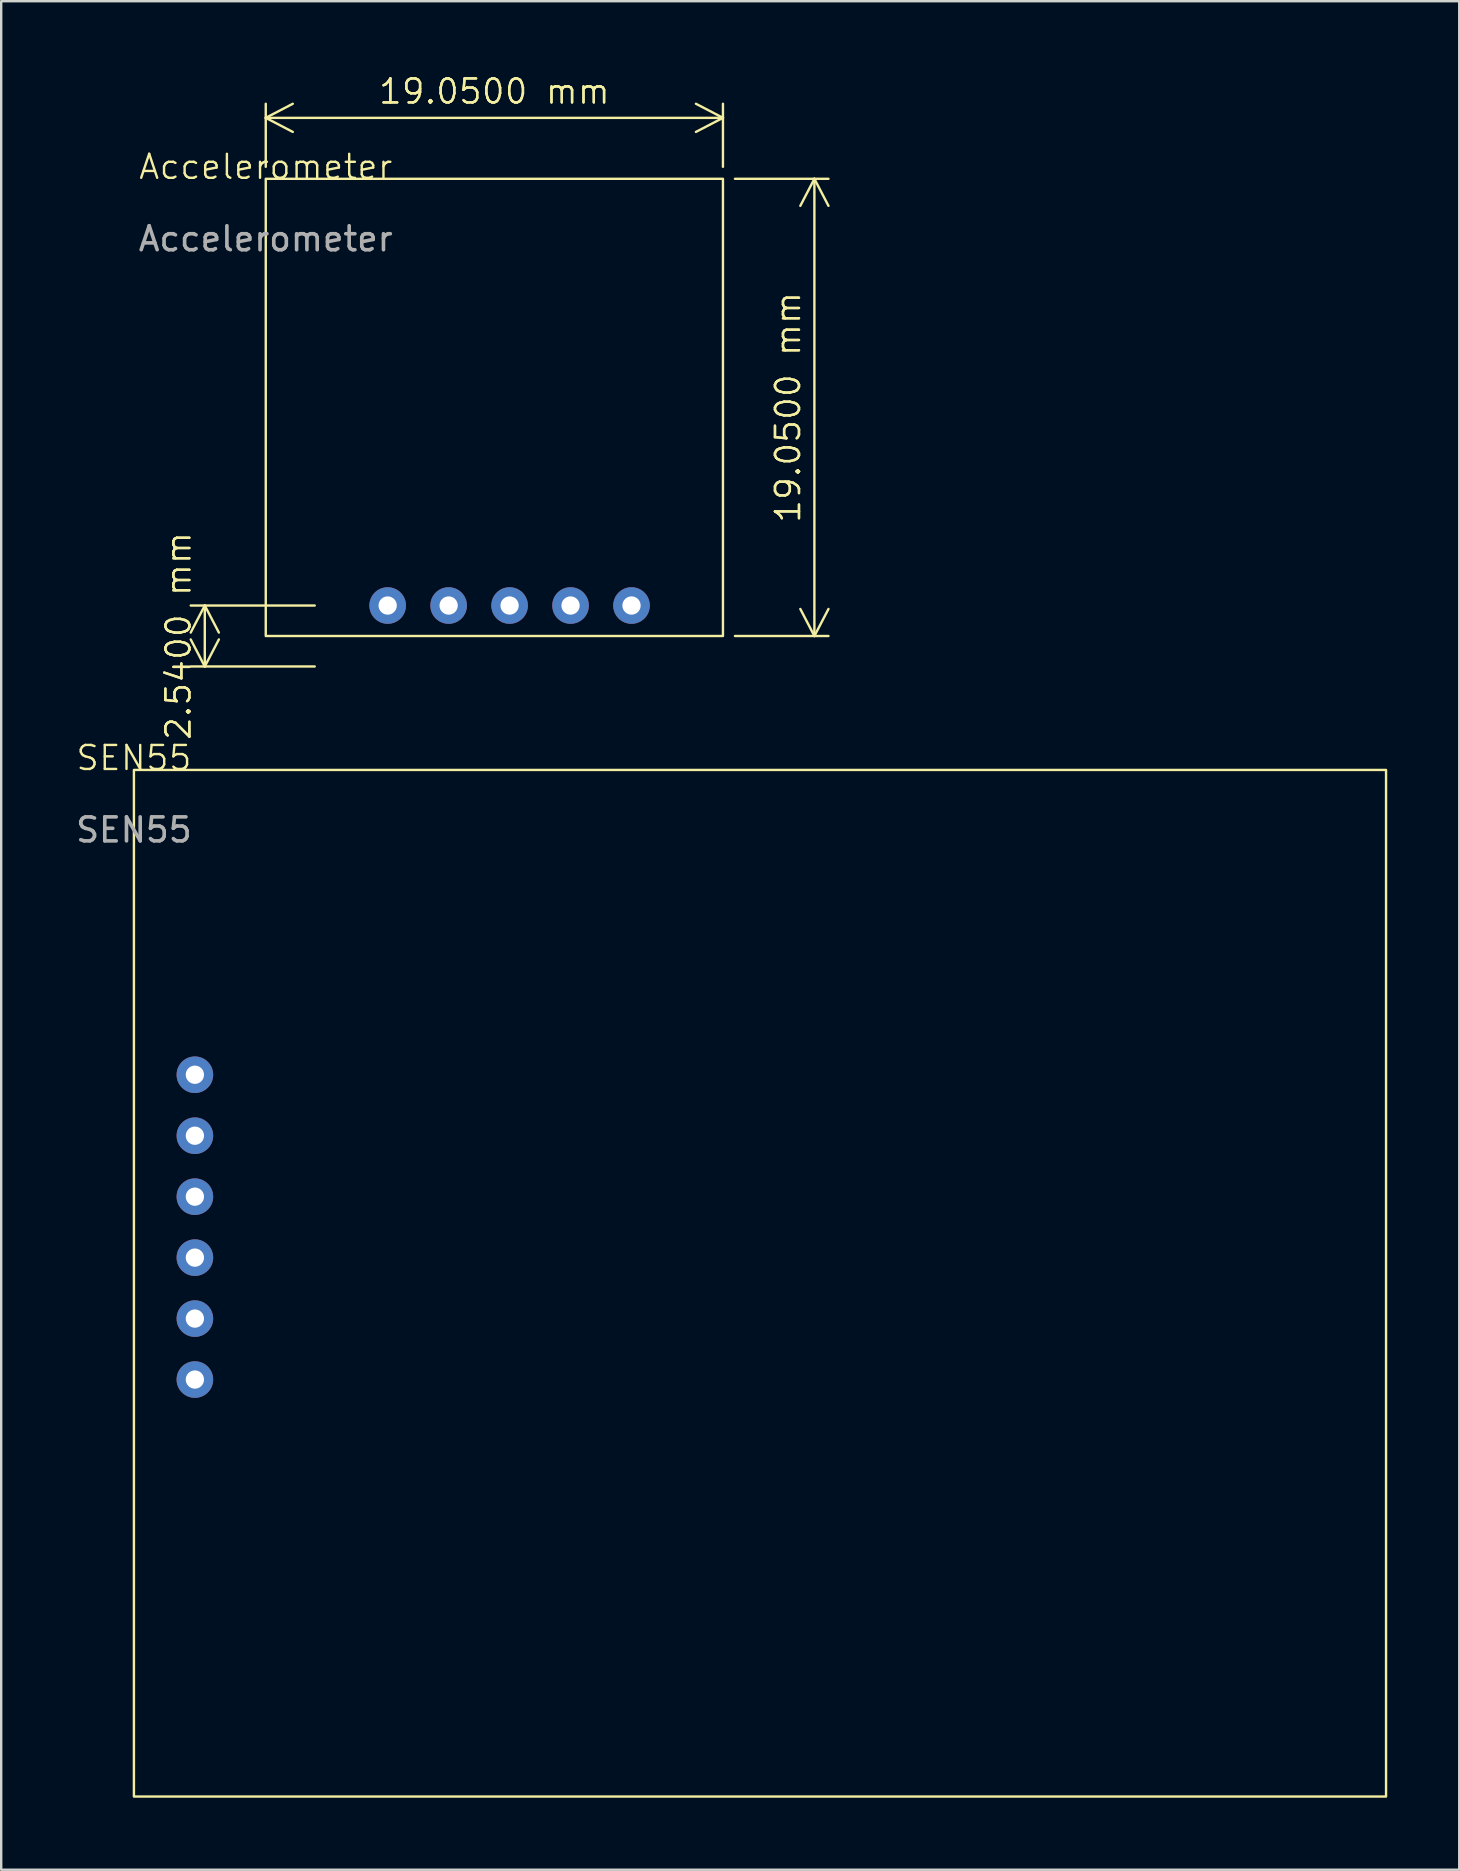
<source format=kicad_pcb>
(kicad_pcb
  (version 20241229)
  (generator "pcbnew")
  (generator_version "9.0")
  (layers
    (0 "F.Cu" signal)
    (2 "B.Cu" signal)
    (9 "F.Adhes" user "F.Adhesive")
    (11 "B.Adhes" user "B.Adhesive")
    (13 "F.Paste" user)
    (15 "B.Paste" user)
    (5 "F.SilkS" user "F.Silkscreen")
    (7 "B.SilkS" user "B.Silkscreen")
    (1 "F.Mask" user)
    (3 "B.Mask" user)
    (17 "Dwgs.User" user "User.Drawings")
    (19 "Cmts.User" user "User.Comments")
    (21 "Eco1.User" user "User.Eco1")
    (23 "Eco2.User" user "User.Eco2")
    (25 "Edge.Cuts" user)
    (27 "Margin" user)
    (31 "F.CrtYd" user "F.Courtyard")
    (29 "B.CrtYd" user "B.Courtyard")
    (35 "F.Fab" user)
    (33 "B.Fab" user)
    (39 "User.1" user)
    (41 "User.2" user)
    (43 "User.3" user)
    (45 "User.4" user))
  (footprint "SEN55"
    (layer "F.Cu")
    (at 2.53 29.031)
    (property "Reference" "SEN55" (at 0 -0.5 0) (unlocked yes) (layer "F.SilkS") (effects (font (size 1 1) (thickness 0.1))))
    (attr through_hole)
    (fp_rect (start 0 0) (end 52.172 42.774) (stroke (width 0.1) (type default)) (fill no) (layer "F.SilkS"))
    (fp_text user "${REFERENCE}" (at 0 2.5 0) (unlocked yes) (layer "F.Fab") (effects (font (size 1 1) (thickness 0.15))))
    (pad "1" thru_hole circle (at 2.54 12.7) (size 1.524 1.524) (drill 0.762) (layers "*.Cu" "*.Mask"))
    (pad "2" thru_hole circle (at 2.54 15.24) (size 1.524 1.524) (drill 0.762) (layers "*.Cu" "*.Mask"))
    (pad "3" thru_hole circle (at 2.54 17.78) (size 1.524 1.524) (drill 0.762) (layers "*.Cu" "*.Mask"))
    (pad "4" thru_hole circle (at 2.54 20.32) (size 1.524 1.524) (drill 0.762) (layers "*.Cu" "*.Mask"))
    (pad "5" thru_hole circle (at 2.54 22.86) (size 1.524 1.524) (drill 0.762) (layers "*.Cu" "*.Mask"))
    (pad "6" thru_hole circle (at 2.54 25.4) (size 1.524 1.524) (drill 0.762) (layers "*.Cu" "*.Mask")))
  (footprint "Accelerometer"
    (layer "F.Cu")
    (at 8.023 4.4)
    (property "Reference" "Accelerometer" (at 0 -0.5 0) (unlocked yes) (layer "F.SilkS") (effects (font (size 1 1) (thickness 0.1))))
    (attr through_hole)
    (fp_rect (start 0 0) (end 19.05 19.05) (stroke (width 0.1) (type default)) (fill no) (layer "F.SilkS"))
    (fp_text user "${REFERENCE}" (at 0 2.5 0) (unlocked yes) (layer "F.Fab") (effects (font (size 1 1) (thickness 0.15))))
    (dimension (type aligned) (layer "F.SilkS") (pts (xy 27.073 4.4) (xy 8.023 4.4)) (height 2.54) (format (prefix "") (suffix "") (units 3) (units_format 1) (precision 4)) (style (thickness 0.1) (arrow_length 1.27) (text_position_mode 0) (arrow_direction outward) (extension_height 0.586) (extension_offset 0.5) (keep_text_aligned yes)) (gr_text "19.0500 mm" (at 17.548 0.76 0) (layer "F.SilkS") (effects (font (size 1 1) (thickness 0.1)))))
    (dimension (type aligned) (layer "F.SilkS") (pts (xy 27.073 4.4) (xy 27.073 23.45)) (height -3.81) (format (prefix "") (suffix "") (units 3) (units_format 1) (precision 4)) (style (thickness 0.1) (arrow_length 1.27) (text_position_mode 0) (arrow_direction outward) (extension_height 0.586) (extension_offset 0.5) (keep_text_aligned yes)) (gr_text "19.0500 mm" (at 29.783 13.925 90) (layer "F.SilkS") (effects (font (size 1 1) (thickness 0.1)))))
    (dimension (type aligned) (layer "F.SilkS") (pts (xy 10.563 22.18) (xy 10.563 24.72)) (height 5.08) (format (prefix "") (suffix "") (units 3) (units_format 1) (precision 4)) (style (thickness 0.1) (arrow_length 1.27) (text_position_mode 0) (arrow_direction outward) (extension_height 0.586) (extension_offset 0.5) (keep_text_aligned yes)) (gr_text "2.5400 mm" (at 4.383 23.45 90) (layer "F.SilkS") (effects (font (size 1 1) (thickness 0.1)))))
    (pad "1" thru_hole circle (at 5.08 17.78) (size 1.524 1.524) (drill 0.762) (layers "*.Cu" "*.Mask"))
    (pad "2" thru_hole circle (at 7.62 17.78) (size 1.524 1.524) (drill 0.762) (layers "*.Cu" "*.Mask"))
    (pad "3" thru_hole circle (at 10.16 17.78) (size 1.524 1.524) (drill 0.762) (layers "*.Cu" "*.Mask"))
    (pad "4" thru_hole circle (at 12.7 17.78) (size 1.524 1.524) (drill 0.762) (layers "*.Cu" "*.Mask"))
    (pad "5" thru_hole circle (at 15.24 17.78) (size 1.524 1.524) (drill 0.762) (layers "*.Cu" "*.Mask")))
  (gr_rect
    (start -3 -3)
    (end 57.751 74.855)
    (stroke (width 0.1) (type default))
    (fill no)
    (layer "Edge.Cuts")))
</source>
